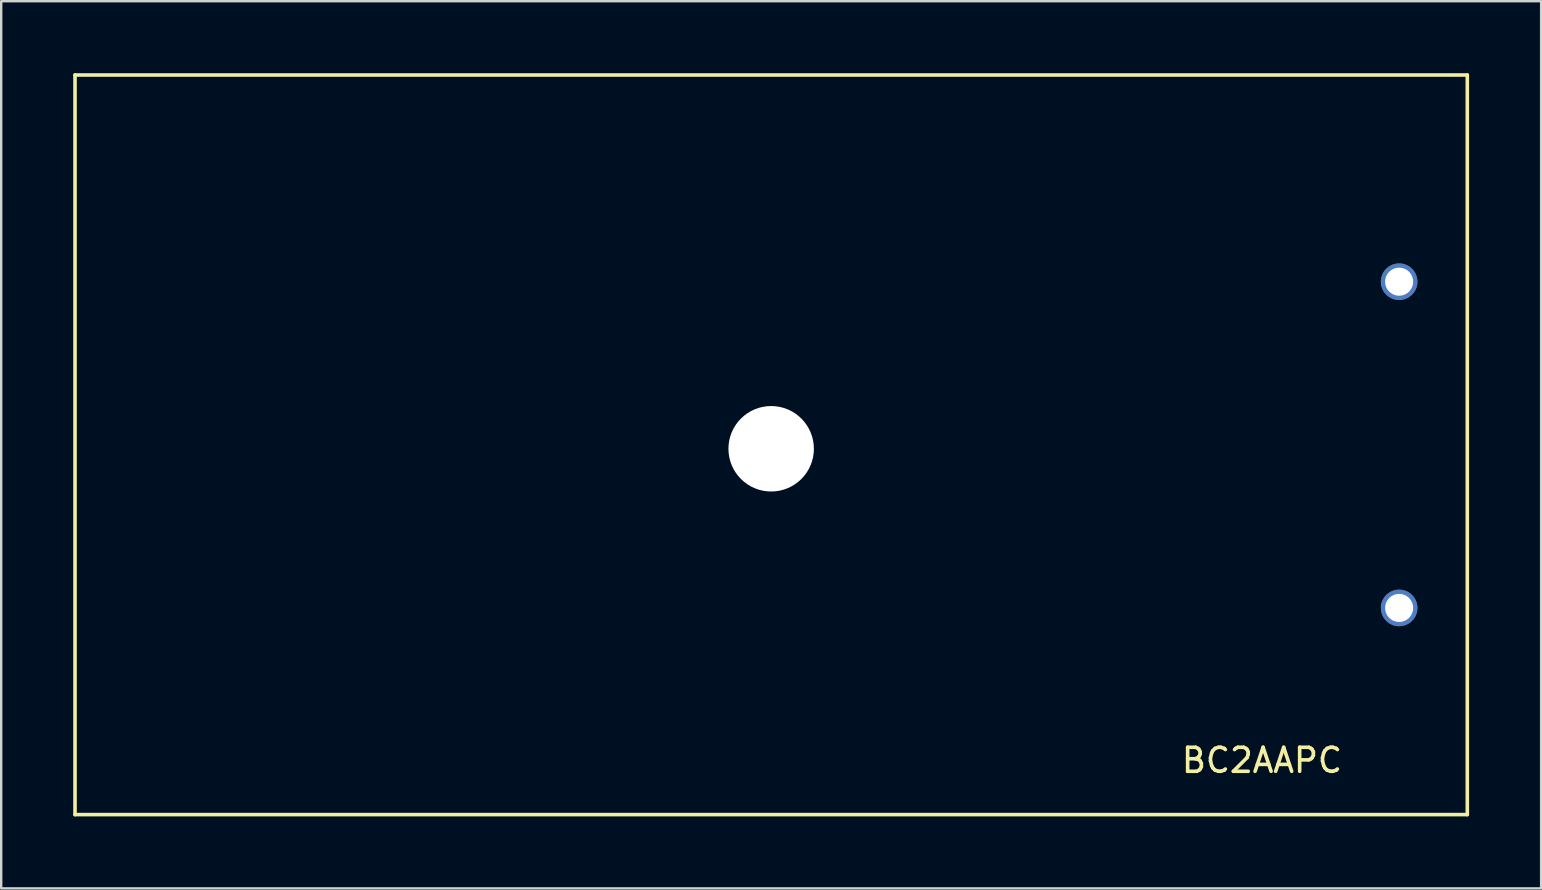
<source format=kicad_pcb>
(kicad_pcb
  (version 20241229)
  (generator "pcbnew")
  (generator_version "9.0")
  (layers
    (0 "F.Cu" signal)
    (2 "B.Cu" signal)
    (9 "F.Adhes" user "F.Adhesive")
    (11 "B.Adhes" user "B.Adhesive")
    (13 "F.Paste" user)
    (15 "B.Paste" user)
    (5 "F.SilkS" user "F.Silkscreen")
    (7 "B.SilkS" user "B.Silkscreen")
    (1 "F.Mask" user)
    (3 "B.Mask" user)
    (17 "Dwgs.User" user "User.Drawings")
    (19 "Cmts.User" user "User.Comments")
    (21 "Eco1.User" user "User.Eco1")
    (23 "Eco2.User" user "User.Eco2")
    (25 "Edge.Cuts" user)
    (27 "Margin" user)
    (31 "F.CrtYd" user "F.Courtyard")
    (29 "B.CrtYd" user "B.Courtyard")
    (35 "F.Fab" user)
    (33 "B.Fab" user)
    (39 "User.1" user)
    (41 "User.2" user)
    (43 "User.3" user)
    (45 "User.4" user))
  (footprint "BC2AAPC"
    (layer "F.Cu")
    (at 55.235 22.275)
    (property "Reference" "BC2AAPC" (at -5.715 6.35 0) (layer "F.SilkS") (effects (font (size 1 1) (thickness 0.15))))
    (attr through_hole)
    (fp_line (start -55.16 -22.2) (end -55.16 8.61) (stroke (width 0.15) (type solid)) (layer "F.SilkS"))
    (fp_line (start 2.84 -22.2) (end -55.16 -22.2) (stroke (width 0.15) (type solid)) (layer "F.SilkS"))
    (fp_line (start 2.84 -22.2) (end 2.84 8.61) (stroke (width 0.15) (type solid)) (layer "F.SilkS"))
    (fp_line (start 2.84 8.61) (end -55.16 8.61) (stroke (width 0.15) (type solid)) (layer "F.SilkS"))
    (pad "" np_thru_hole circle (at -26.16 -6.63) (size 3.56 3.56) (drill 3.56) (layers "*.Cu" "*.Mask"))
    (pad "1" thru_hole circle (at 0 -13.59) (size 1.524 1.524) (drill 1.17) (layers "*.Cu" "*.Mask"))
    (pad "2" thru_hole circle (at 0 0) (size 1.524 1.524) (drill 1.17) (layers "*.Cu" "*.Mask")))
  (gr_rect
    (start -3 -3)
    (end 61.15 33.96)
    (stroke (width 0.1) (type default))
    (fill no)
    (layer "Edge.Cuts")))
</source>
